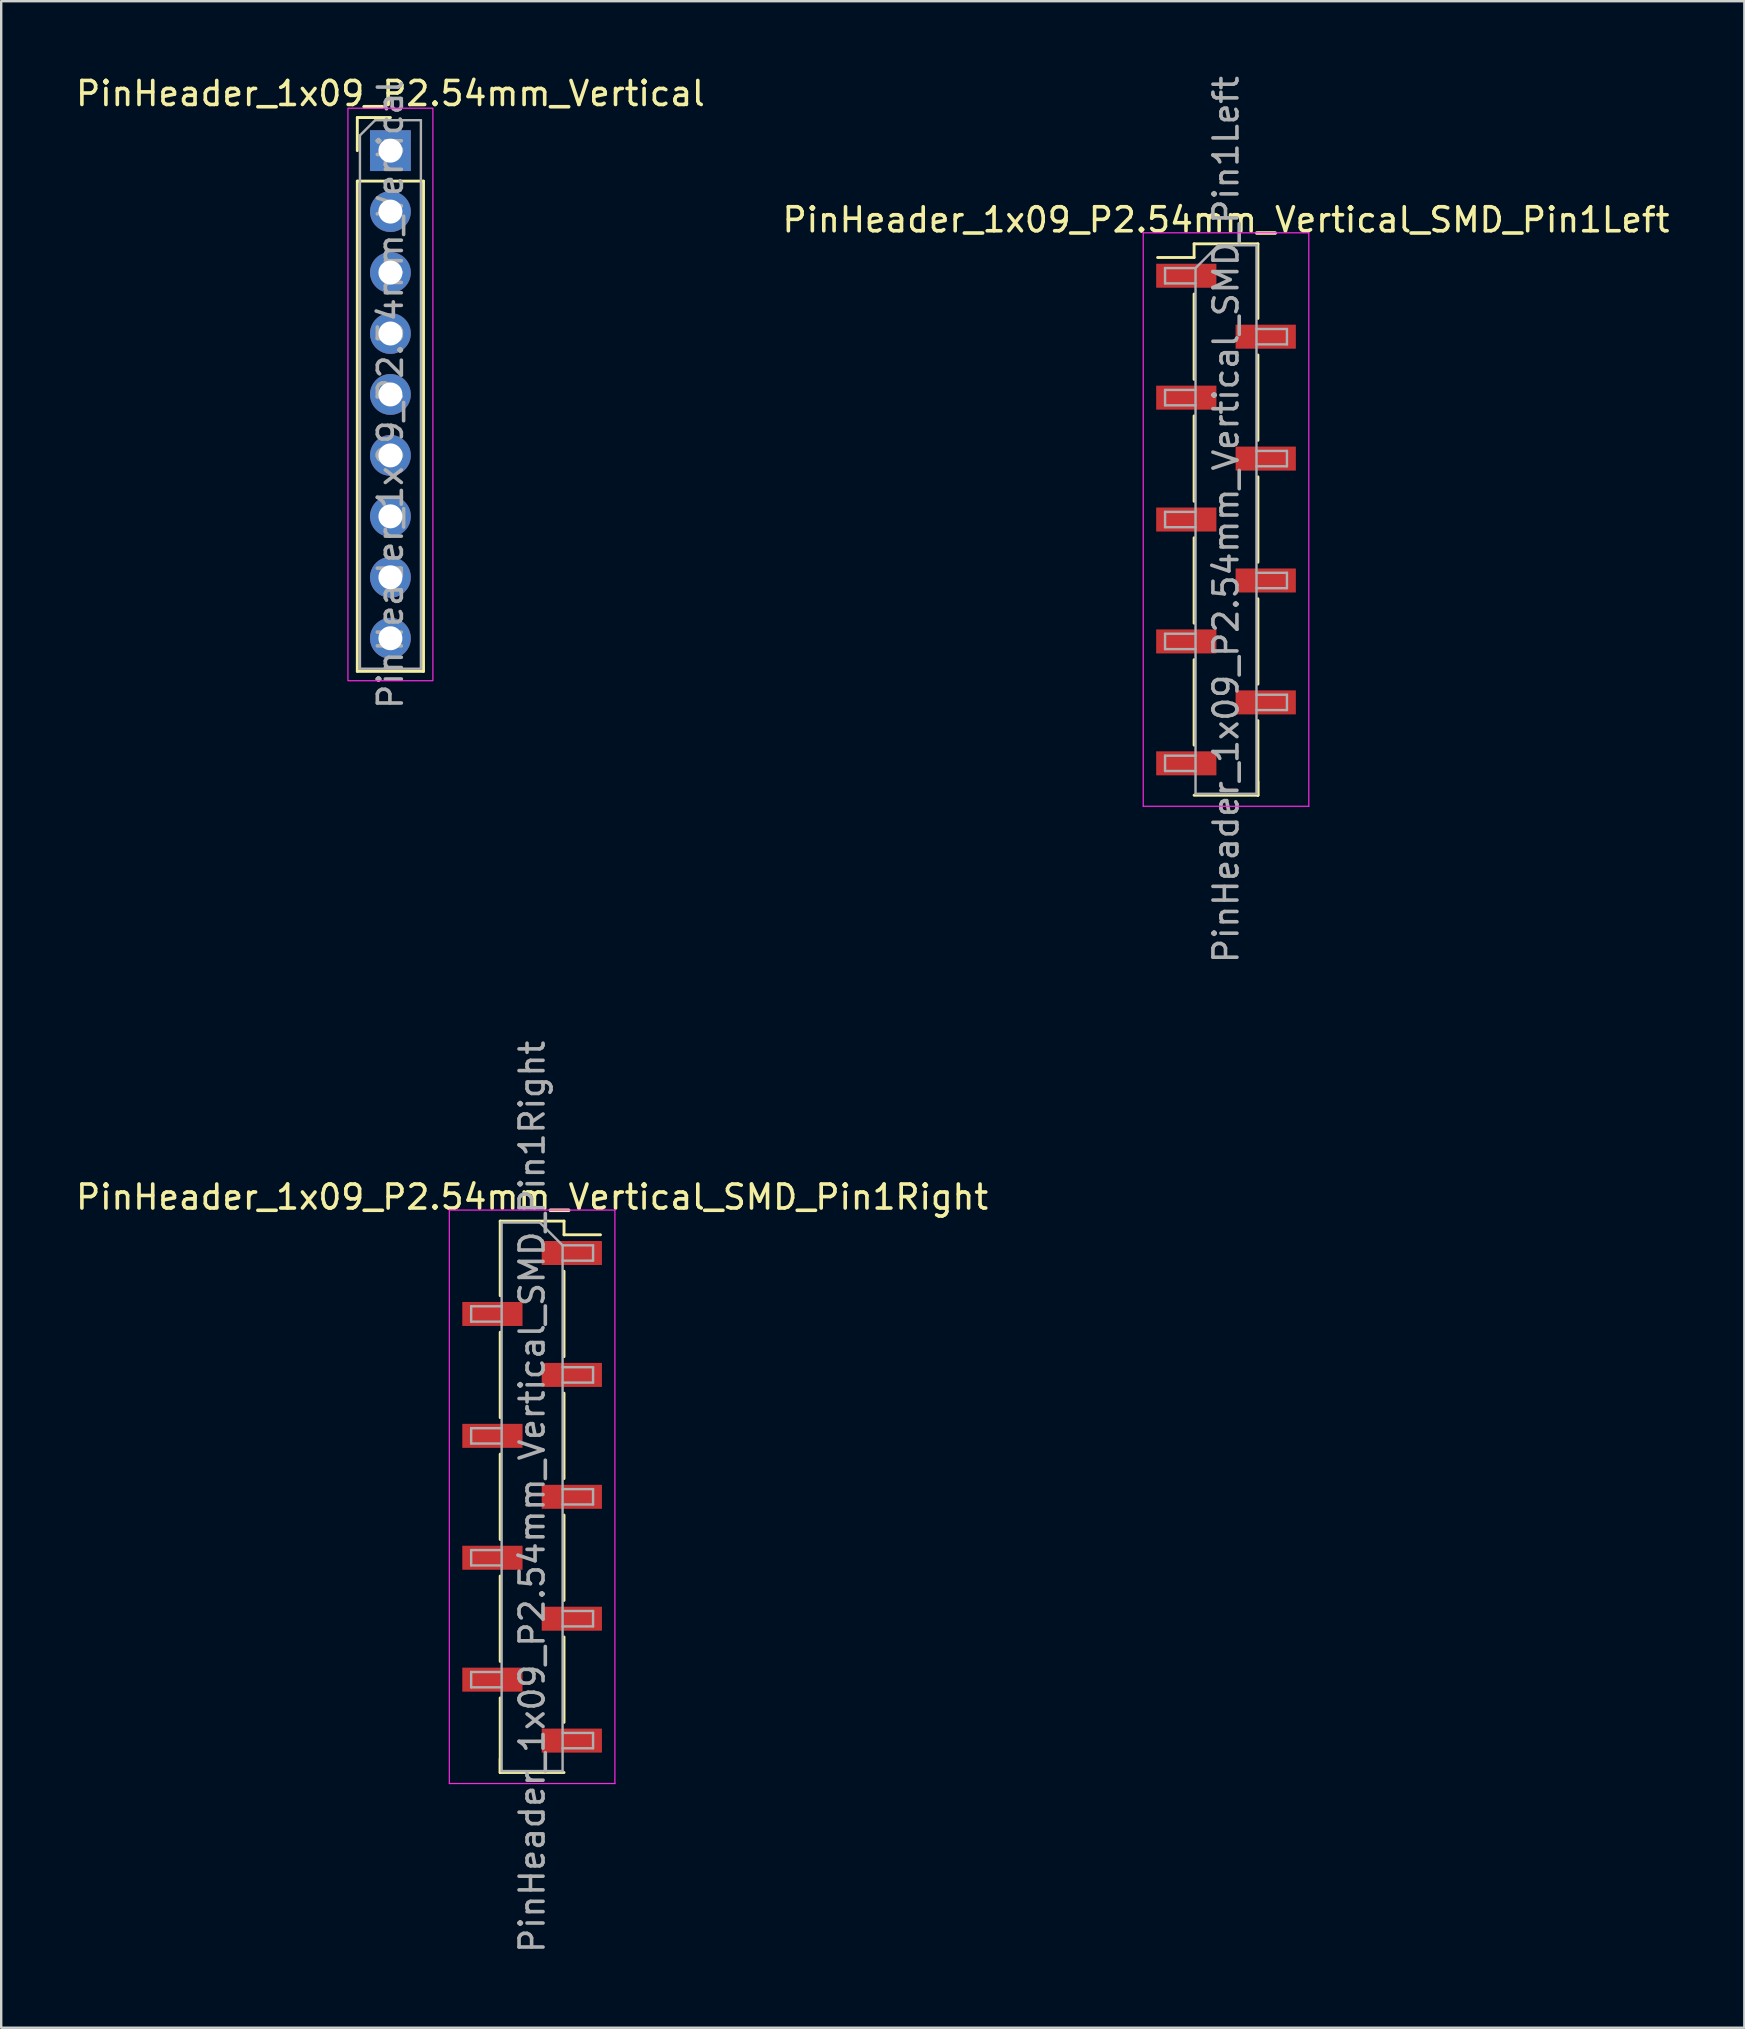
<source format=kicad_pcb>
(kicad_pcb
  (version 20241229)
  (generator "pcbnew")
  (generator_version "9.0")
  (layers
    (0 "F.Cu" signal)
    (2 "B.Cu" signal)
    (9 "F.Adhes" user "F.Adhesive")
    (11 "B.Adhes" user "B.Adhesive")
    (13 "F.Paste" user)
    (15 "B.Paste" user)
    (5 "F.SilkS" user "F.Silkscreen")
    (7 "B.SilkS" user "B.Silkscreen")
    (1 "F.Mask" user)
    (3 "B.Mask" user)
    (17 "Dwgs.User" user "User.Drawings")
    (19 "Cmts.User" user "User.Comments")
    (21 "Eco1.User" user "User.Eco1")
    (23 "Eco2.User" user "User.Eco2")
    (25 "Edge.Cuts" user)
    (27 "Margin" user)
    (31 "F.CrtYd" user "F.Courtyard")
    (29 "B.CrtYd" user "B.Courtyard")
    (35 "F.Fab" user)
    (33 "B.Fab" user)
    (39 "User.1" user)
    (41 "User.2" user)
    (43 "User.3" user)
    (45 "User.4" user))
  (footprint "PinHeader_1x09_P2.54mm_Vertical_SMD_Pin1Left"
    (layer "F.Cu")
    (at 48.042 18.601)
    (property "Reference" "PinHeader_1x09_P2.54mm_Vertical_SMD_Pin1Left" (at 0 -12.49 0) (layer "F.SilkS") (effects (font (size 1 1) (thickness 0.15))))
    (attr smd)
    (fp_line (start -1.33 -11.49) (end -1.33 -10.92) (stroke (width 0.12) (type solid)) (layer "F.SilkS"))
    (fp_line (start -1.33 -11.49) (end 1.33 -11.49) (stroke (width 0.12) (type solid)) (layer "F.SilkS"))
    (fp_line (start -1.33 -10.92) (end -2.85 -10.92) (stroke (width 0.12) (type solid)) (layer "F.SilkS"))
    (fp_line (start -1.33 -9.4) (end -1.33 -5.84) (stroke (width 0.12) (type solid)) (layer "F.SilkS"))
    (fp_line (start -1.33 -4.32) (end -1.33 -0.76) (stroke (width 0.12) (type solid)) (layer "F.SilkS"))
    (fp_line (start -1.33 0.76) (end -1.33 4.32) (stroke (width 0.12) (type solid)) (layer "F.SilkS"))
    (fp_line (start -1.33 5.84) (end -1.33 9.4) (stroke (width 0.12) (type solid)) (layer "F.SilkS"))
    (fp_line (start -1.33 11.49) (end 1.33 11.49) (stroke (width 0.12) (type solid)) (layer "F.SilkS"))
    (fp_line (start 1.33 -11.49) (end 1.33 -8.38) (stroke (width 0.12) (type solid)) (layer "F.SilkS"))
    (fp_line (start 1.33 -6.86) (end 1.33 -3.3) (stroke (width 0.12) (type solid)) (layer "F.SilkS"))
    (fp_line (start 1.33 -1.78) (end 1.33 1.78) (stroke (width 0.12) (type solid)) (layer "F.SilkS"))
    (fp_line (start 1.33 3.3) (end 1.33 6.86) (stroke (width 0.12) (type solid)) (layer "F.SilkS"))
    (fp_line (start 1.33 8.38) (end 1.33 11.49) (stroke (width 0.12) (type solid)) (layer "F.SilkS"))
    (fp_line (start 1.33 10.92) (end 1.33 11.49) (stroke (width 0.12) (type solid)) (layer "F.SilkS"))
    (fp_line (start -3.45 -11.95) (end -3.45 11.95) (stroke (width 0.05) (type solid)) (layer "F.CrtYd"))
    (fp_line (start -3.45 11.95) (end 3.45 11.95) (stroke (width 0.05) (type solid)) (layer "F.CrtYd"))
    (fp_line (start 3.45 -11.95) (end -3.45 -11.95) (stroke (width 0.05) (type solid)) (layer "F.CrtYd"))
    (fp_line (start 3.45 11.95) (end 3.45 -11.95) (stroke (width 0.05) (type solid)) (layer "F.CrtYd"))
    (fp_line (start -2.54 -10.48) (end -2.54 -9.84) (stroke (width 0.1) (type solid)) (layer "F.Fab"))
    (fp_line (start -2.54 -9.84) (end -1.27 -9.84) (stroke (width 0.1) (type solid)) (layer "F.Fab"))
    (fp_line (start -2.54 -5.4) (end -2.54 -4.76) (stroke (width 0.1) (type solid)) (layer "F.Fab"))
    (fp_line (start -2.54 -4.76) (end -1.27 -4.76) (stroke (width 0.1) (type solid)) (layer "F.Fab"))
    (fp_line (start -2.54 -0.32) (end -2.54 0.32) (stroke (width 0.1) (type solid)) (layer "F.Fab"))
    (fp_line (start -2.54 0.32) (end -1.27 0.32) (stroke (width 0.1) (type solid)) (layer "F.Fab"))
    (fp_line (start -2.54 4.76) (end -2.54 5.4) (stroke (width 0.1) (type solid)) (layer "F.Fab"))
    (fp_line (start -2.54 5.4) (end -1.27 5.4) (stroke (width 0.1) (type solid)) (layer "F.Fab"))
    (fp_line (start -2.54 9.84) (end -2.54 10.48) (stroke (width 0.1) (type solid)) (layer "F.Fab"))
    (fp_line (start -2.54 10.48) (end -1.27 10.48) (stroke (width 0.1) (type solid)) (layer "F.Fab"))
    (fp_line (start -1.27 -10.48) (end -2.54 -10.48) (stroke (width 0.1) (type solid)) (layer "F.Fab"))
    (fp_line (start -1.27 -10.48) (end -0.32 -11.43) (stroke (width 0.1) (type solid)) (layer "F.Fab"))
    (fp_line (start -1.27 -5.4) (end -2.54 -5.4) (stroke (width 0.1) (type solid)) (layer "F.Fab"))
    (fp_line (start -1.27 -0.32) (end -2.54 -0.32) (stroke (width 0.1) (type solid)) (layer "F.Fab"))
    (fp_line (start -1.27 4.76) (end -2.54 4.76) (stroke (width 0.1) (type solid)) (layer "F.Fab"))
    (fp_line (start -1.27 9.84) (end -2.54 9.84) (stroke (width 0.1) (type solid)) (layer "F.Fab"))
    (fp_line (start -1.27 11.43) (end -1.27 -10.48) (stroke (width 0.1) (type solid)) (layer "F.Fab"))
    (fp_line (start -0.32 -11.43) (end 1.27 -11.43) (stroke (width 0.1) (type solid)) (layer "F.Fab"))
    (fp_line (start 1.27 -11.43) (end 1.27 11.43) (stroke (width 0.1) (type solid)) (layer "F.Fab"))
    (fp_line (start 1.27 -7.94) (end 2.54 -7.94) (stroke (width 0.1) (type solid)) (layer "F.Fab"))
    (fp_line (start 1.27 -2.86) (end 2.54 -2.86) (stroke (width 0.1) (type solid)) (layer "F.Fab"))
    (fp_line (start 1.27 2.22) (end 2.54 2.22) (stroke (width 0.1) (type solid)) (layer "F.Fab"))
    (fp_line (start 1.27 7.3) (end 2.54 7.3) (stroke (width 0.1) (type solid)) (layer "F.Fab"))
    (fp_line (start 1.27 11.43) (end -1.27 11.43) (stroke (width 0.1) (type solid)) (layer "F.Fab"))
    (fp_line (start 2.54 -7.94) (end 2.54 -7.3) (stroke (width 0.1) (type solid)) (layer "F.Fab"))
    (fp_line (start 2.54 -7.3) (end 1.27 -7.3) (stroke (width 0.1) (type solid)) (layer "F.Fab"))
    (fp_line (start 2.54 -2.86) (end 2.54 -2.22) (stroke (width 0.1) (type solid)) (layer "F.Fab"))
    (fp_line (start 2.54 -2.22) (end 1.27 -2.22) (stroke (width 0.1) (type solid)) (layer "F.Fab"))
    (fp_line (start 2.54 2.22) (end 2.54 2.86) (stroke (width 0.1) (type solid)) (layer "F.Fab"))
    (fp_line (start 2.54 2.86) (end 1.27 2.86) (stroke (width 0.1) (type solid)) (layer "F.Fab"))
    (fp_line (start 2.54 7.3) (end 2.54 7.94) (stroke (width 0.1) (type solid)) (layer "F.Fab"))
    (fp_line (start 2.54 7.94) (end 1.27 7.94) (stroke (width 0.1) (type solid)) (layer "F.Fab"))
    (fp_text user "${REFERENCE}" (at 0 0 90) (layer "F.Fab") (effects (font (size 1 1) (thickness 0.15))))
    (pad "1" smd rect (at -1.655 -10.16) (size 2.51 1) (layers "F.Cu" "F.Mask" "F.Paste"))
    (pad "2" smd rect (at 1.655 -7.62) (size 2.51 1) (layers "F.Cu" "F.Mask" "F.Paste"))
    (pad "3" smd rect (at -1.655 -5.08) (size 2.51 1) (layers "F.Cu" "F.Mask" "F.Paste"))
    (pad "4" smd rect (at 1.655 -2.54) (size 2.51 1) (layers "F.Cu" "F.Mask" "F.Paste"))
    (pad "5" smd rect (at -1.655 0) (size 2.51 1) (layers "F.Cu" "F.Mask" "F.Paste"))
    (pad "6" smd rect (at 1.655 2.54) (size 2.51 1) (layers "F.Cu" "F.Mask" "F.Paste"))
    (pad "7" smd rect (at -1.655 5.08) (size 2.51 1) (layers "F.Cu" "F.Mask" "F.Paste"))
    (pad "8" smd rect (at 1.655 7.62) (size 2.51 1) (layers "F.Cu" "F.Mask" "F.Paste"))
    (pad "9" smd rect (at -1.655 10.16) (size 2.51 1) (layers "F.Cu" "F.Mask" "F.Paste")))
  (footprint "PinHeader_1x09_P2.54mm_Vertical"
    (layer "F.Cu")
    (at 13.22 3.228)
    (property "Reference" "PinHeader_1x09_P2.54mm_Vertical" (at 0 -2.38 0) (layer "F.SilkS") (effects (font (size 1 1) (thickness 0.15))))
    (attr through_hole)
    (fp_line (start -1.38 -1.38) (end 0 -1.38) (stroke (width 0.12) (type solid)) (layer "F.SilkS"))
    (fp_line (start -1.38 0) (end -1.38 -1.38) (stroke (width 0.12) (type solid)) (layer "F.SilkS"))
    (fp_line (start -1.38 1.27) (end -1.38 21.7) (stroke (width 0.12) (type solid)) (layer "F.SilkS"))
    (fp_line (start -1.38 1.27) (end 1.38 1.27) (stroke (width 0.12) (type solid)) (layer "F.SilkS"))
    (fp_line (start -1.38 21.7) (end 1.38 21.7) (stroke (width 0.12) (type solid)) (layer "F.SilkS"))
    (fp_line (start 1.38 1.27) (end 1.38 21.7) (stroke (width 0.12) (type solid)) (layer "F.SilkS"))
    (fp_rect (start -1.77 -1.77) (end 1.77 22.09) (stroke (width 0.05) (type solid)) (fill no) (layer "F.CrtYd"))
    (fp_line (start -1.27 -0.635) (end -0.635 -1.27) (stroke (width 0.1) (type solid)) (layer "F.Fab"))
    (fp_line (start -1.27 21.59) (end -1.27 -0.635) (stroke (width 0.1) (type solid)) (layer "F.Fab"))
    (fp_line (start -0.635 -1.27) (end 1.27 -1.27) (stroke (width 0.1) (type solid)) (layer "F.Fab"))
    (fp_line (start 1.27 -1.27) (end 1.27 21.59) (stroke (width 0.1) (type solid)) (layer "F.Fab"))
    (fp_line (start 1.27 21.59) (end -1.27 21.59) (stroke (width 0.1) (type solid)) (layer "F.Fab"))
    (fp_text user "${REFERENCE}" (at 0 10.16 90) (layer "F.Fab") (effects (font (size 1 1) (thickness 0.15))))
    (pad "1" thru_hole rect (at 0 0) (size 1.7 1.7) (drill 1) (layers "*.Cu" "*.Mask"))
    (pad "2" thru_hole circle (at 0 2.54) (size 1.7 1.7) (drill 1) (layers "*.Cu" "*.Mask"))
    (pad "3" thru_hole circle (at 0 5.08) (size 1.7 1.7) (drill 1) (layers "*.Cu" "*.Mask"))
    (pad "4" thru_hole circle (at 0 7.62) (size 1.7 1.7) (drill 1) (layers "*.Cu" "*.Mask"))
    (pad "5" thru_hole circle (at 0 10.16) (size 1.7 1.7) (drill 1) (layers "*.Cu" "*.Mask"))
    (pad "6" thru_hole circle (at 0 12.7) (size 1.7 1.7) (drill 1) (layers "*.Cu" "*.Mask"))
    (pad "7" thru_hole circle (at 0 15.24) (size 1.7 1.7) (drill 1) (layers "*.Cu" "*.Mask"))
    (pad "8" thru_hole circle (at 0 17.78) (size 1.7 1.7) (drill 1) (layers "*.Cu" "*.Mask"))
    (pad "9" thru_hole circle (at 0 20.32) (size 1.7 1.7) (drill 1) (layers "*.Cu" "*.Mask")))
  (footprint "PinHeader_1x09_P2.54mm_Vertical_SMD_Pin1Right"
    (layer "F.Cu")
    (at 19.125 59.327)
    (property "Reference" "PinHeader_1x09_P2.54mm_Vertical_SMD_Pin1Right" (at 0 -12.49 0) (layer "F.SilkS") (effects (font (size 1 1) (thickness 0.15))))
    (attr smd)
    (fp_line (start -1.33 -11.49) (end -1.33 -8.38) (stroke (width 0.12) (type solid)) (layer "F.SilkS"))
    (fp_line (start -1.33 -11.49) (end 1.33 -11.49) (stroke (width 0.12) (type solid)) (layer "F.SilkS"))
    (fp_line (start -1.33 -6.86) (end -1.33 -3.3) (stroke (width 0.12) (type solid)) (layer "F.SilkS"))
    (fp_line (start -1.33 -1.78) (end -1.33 1.78) (stroke (width 0.12) (type solid)) (layer "F.SilkS"))
    (fp_line (start -1.33 3.3) (end -1.33 6.86) (stroke (width 0.12) (type solid)) (layer "F.SilkS"))
    (fp_line (start -1.33 8.38) (end -1.33 11.49) (stroke (width 0.12) (type solid)) (layer "F.SilkS"))
    (fp_line (start -1.33 10.92) (end -1.33 11.49) (stroke (width 0.12) (type solid)) (layer "F.SilkS"))
    (fp_line (start -1.33 11.49) (end 1.33 11.49) (stroke (width 0.12) (type solid)) (layer "F.SilkS"))
    (fp_line (start 1.33 -11.49) (end 1.33 -10.92) (stroke (width 0.12) (type solid)) (layer "F.SilkS"))
    (fp_line (start 1.33 -10.92) (end 2.85 -10.92) (stroke (width 0.12) (type solid)) (layer "F.SilkS"))
    (fp_line (start 1.33 -9.4) (end 1.33 -5.84) (stroke (width 0.12) (type solid)) (layer "F.SilkS"))
    (fp_line (start 1.33 -4.32) (end 1.33 -0.76) (stroke (width 0.12) (type solid)) (layer "F.SilkS"))
    (fp_line (start 1.33 0.76) (end 1.33 4.32) (stroke (width 0.12) (type solid)) (layer "F.SilkS"))
    (fp_line (start 1.33 5.84) (end 1.33 9.4) (stroke (width 0.12) (type solid)) (layer "F.SilkS"))
    (fp_line (start -3.45 -11.95) (end -3.45 11.95) (stroke (width 0.05) (type solid)) (layer "F.CrtYd"))
    (fp_line (start -3.45 11.95) (end 3.45 11.95) (stroke (width 0.05) (type solid)) (layer "F.CrtYd"))
    (fp_line (start 3.45 -11.95) (end -3.45 -11.95) (stroke (width 0.05) (type solid)) (layer "F.CrtYd"))
    (fp_line (start 3.45 11.95) (end 3.45 -11.95) (stroke (width 0.05) (type solid)) (layer "F.CrtYd"))
    (fp_line (start -2.54 -7.94) (end -2.54 -7.3) (stroke (width 0.1) (type solid)) (layer "F.Fab"))
    (fp_line (start -2.54 -7.3) (end -1.27 -7.3) (stroke (width 0.1) (type solid)) (layer "F.Fab"))
    (fp_line (start -2.54 -2.86) (end -2.54 -2.22) (stroke (width 0.1) (type solid)) (layer "F.Fab"))
    (fp_line (start -2.54 -2.22) (end -1.27 -2.22) (stroke (width 0.1) (type solid)) (layer "F.Fab"))
    (fp_line (start -2.54 2.22) (end -2.54 2.86) (stroke (width 0.1) (type solid)) (layer "F.Fab"))
    (fp_line (start -2.54 2.86) (end -1.27 2.86) (stroke (width 0.1) (type solid)) (layer "F.Fab"))
    (fp_line (start -2.54 7.3) (end -2.54 7.94) (stroke (width 0.1) (type solid)) (layer "F.Fab"))
    (fp_line (start -2.54 7.94) (end -1.27 7.94) (stroke (width 0.1) (type solid)) (layer "F.Fab"))
    (fp_line (start -1.27 -11.43) (end -1.27 11.43) (stroke (width 0.1) (type solid)) (layer "F.Fab"))
    (fp_line (start -1.27 -11.43) (end 0.32 -11.43) (stroke (width 0.1) (type solid)) (layer "F.Fab"))
    (fp_line (start -1.27 -7.94) (end -2.54 -7.94) (stroke (width 0.1) (type solid)) (layer "F.Fab"))
    (fp_line (start -1.27 -2.86) (end -2.54 -2.86) (stroke (width 0.1) (type solid)) (layer "F.Fab"))
    (fp_line (start -1.27 2.22) (end -2.54 2.22) (stroke (width 0.1) (type solid)) (layer "F.Fab"))
    (fp_line (start -1.27 7.3) (end -2.54 7.3) (stroke (width 0.1) (type solid)) (layer "F.Fab"))
    (fp_line (start 1.27 -10.48) (end 0.32 -11.43) (stroke (width 0.1) (type solid)) (layer "F.Fab"))
    (fp_line (start 1.27 -10.48) (end 2.54 -10.48) (stroke (width 0.1) (type solid)) (layer "F.Fab"))
    (fp_line (start 1.27 -5.4) (end 2.54 -5.4) (stroke (width 0.1) (type solid)) (layer "F.Fab"))
    (fp_line (start 1.27 -0.32) (end 2.54 -0.32) (stroke (width 0.1) (type solid)) (layer "F.Fab"))
    (fp_line (start 1.27 4.76) (end 2.54 4.76) (stroke (width 0.1) (type solid)) (layer "F.Fab"))
    (fp_line (start 1.27 9.84) (end 2.54 9.84) (stroke (width 0.1) (type solid)) (layer "F.Fab"))
    (fp_line (start 1.27 11.43) (end -1.27 11.43) (stroke (width 0.1) (type solid)) (layer "F.Fab"))
    (fp_line (start 1.27 11.43) (end 1.27 -10.48) (stroke (width 0.1) (type solid)) (layer "F.Fab"))
    (fp_line (start 2.54 -10.48) (end 2.54 -9.84) (stroke (width 0.1) (type solid)) (layer "F.Fab"))
    (fp_line (start 2.54 -9.84) (end 1.27 -9.84) (stroke (width 0.1) (type solid)) (layer "F.Fab"))
    (fp_line (start 2.54 -5.4) (end 2.54 -4.76) (stroke (width 0.1) (type solid)) (layer "F.Fab"))
    (fp_line (start 2.54 -4.76) (end 1.27 -4.76) (stroke (width 0.1) (type solid)) (layer "F.Fab"))
    (fp_line (start 2.54 -0.32) (end 2.54 0.32) (stroke (width 0.1) (type solid)) (layer "F.Fab"))
    (fp_line (start 2.54 0.32) (end 1.27 0.32) (stroke (width 0.1) (type solid)) (layer "F.Fab"))
    (fp_line (start 2.54 4.76) (end 2.54 5.4) (stroke (width 0.1) (type solid)) (layer "F.Fab"))
    (fp_line (start 2.54 5.4) (end 1.27 5.4) (stroke (width 0.1) (type solid)) (layer "F.Fab"))
    (fp_line (start 2.54 9.84) (end 2.54 10.48) (stroke (width 0.1) (type solid)) (layer "F.Fab"))
    (fp_line (start 2.54 10.48) (end 1.27 10.48) (stroke (width 0.1) (type solid)) (layer "F.Fab"))
    (fp_text user "${REFERENCE}" (at 0 0 90) (layer "F.Fab") (effects (font (size 1 1) (thickness 0.15))))
    (pad "1" smd rect (at 1.655 -10.16) (size 2.51 1) (layers "F.Cu" "F.Mask" "F.Paste"))
    (pad "2" smd rect (at -1.655 -7.62) (size 2.51 1) (layers "F.Cu" "F.Mask" "F.Paste"))
    (pad "3" smd rect (at 1.655 -5.08) (size 2.51 1) (layers "F.Cu" "F.Mask" "F.Paste"))
    (pad "4" smd rect (at -1.655 -2.54) (size 2.51 1) (layers "F.Cu" "F.Mask" "F.Paste"))
    (pad "5" smd rect (at 1.655 0) (size 2.51 1) (layers "F.Cu" "F.Mask" "F.Paste"))
    (pad "6" smd rect (at -1.655 2.54) (size 2.51 1) (layers "F.Cu" "F.Mask" "F.Paste"))
    (pad "7" smd rect (at 1.655 5.08) (size 2.51 1) (layers "F.Cu" "F.Mask" "F.Paste"))
    (pad "8" smd rect (at -1.655 7.62) (size 2.51 1) (layers "F.Cu" "F.Mask" "F.Paste"))
    (pad "9" smd rect (at 1.655 10.16) (size 2.51 1) (layers "F.Cu" "F.Mask" "F.Paste")))
  (gr_rect
    (start -3 -3)
    (end 69.643 81.452)
    (stroke (width 0.1) (type default))
    (fill no)
    (layer "Edge.Cuts")))
</source>
